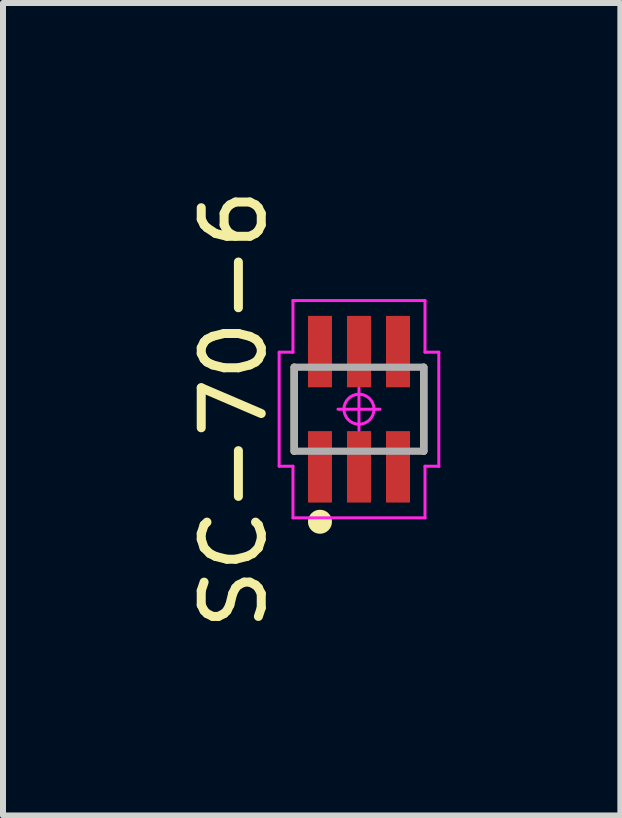
<source format=kicad_pcb>
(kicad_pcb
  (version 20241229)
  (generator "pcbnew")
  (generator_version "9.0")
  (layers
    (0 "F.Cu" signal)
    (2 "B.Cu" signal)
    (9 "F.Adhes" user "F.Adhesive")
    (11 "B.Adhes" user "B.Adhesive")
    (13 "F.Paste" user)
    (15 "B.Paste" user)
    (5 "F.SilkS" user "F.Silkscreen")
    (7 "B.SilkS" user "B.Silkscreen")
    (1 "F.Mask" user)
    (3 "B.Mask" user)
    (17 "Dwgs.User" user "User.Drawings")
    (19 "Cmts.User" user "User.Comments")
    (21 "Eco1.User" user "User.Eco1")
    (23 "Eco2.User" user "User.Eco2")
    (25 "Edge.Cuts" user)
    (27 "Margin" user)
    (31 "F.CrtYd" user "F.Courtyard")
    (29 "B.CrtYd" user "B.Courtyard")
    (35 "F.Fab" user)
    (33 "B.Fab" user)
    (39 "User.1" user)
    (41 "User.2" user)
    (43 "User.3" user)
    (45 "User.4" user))
  (footprint "SC-70-6"
    (layer "F.Cu")
    (at 2.931 3.768)
    (property "Reference" "SC-70-6" (at -2.083 0 90) (layer "F.SilkS") (effects (font (size 1 1) (thickness 0.15))))
    (attr through_hole)
    (fp_line (start -1.08 0.7) (end -1.08 -0.7) (stroke (width 0.12) (type solid)) (layer "F.SilkS"))
    (fp_line (start 1.08 -0.7) (end 1.08 0.7) (stroke (width 0.12) (type solid)) (layer "F.SilkS"))
    (fp_circle (center -0.65 1.875) (end -0.55 1.875) (stroke (width 0.2) (type solid)) (fill no) (layer "F.SilkS"))
    (fp_line (start -1.33 -0.95) (end -1.33 0.95) (stroke (width 0.05) (type solid)) (layer "F.CrtYd"))
    (fp_line (start -1.33 0.95) (end -1.1 0.95) (stroke (width 0.05) (type solid)) (layer "F.CrtYd"))
    (fp_line (start -1.1 -1.81) (end -1.1 -0.95) (stroke (width 0.05) (type solid)) (layer "F.CrtYd"))
    (fp_line (start -1.1 -0.95) (end -1.33 -0.95) (stroke (width 0.05) (type solid)) (layer "F.CrtYd"))
    (fp_line (start -1.1 0.95) (end -1.1 1.81) (stroke (width 0.05) (type solid)) (layer "F.CrtYd"))
    (fp_line (start -1.1 1.81) (end 1.1 1.81) (stroke (width 0.05) (type solid)) (layer "F.CrtYd"))
    (fp_line (start -0.35 0) (end 0.35 0) (stroke (width 0.05) (type solid)) (layer "F.CrtYd"))
    (fp_line (start 0 -0.35) (end 0 0.35) (stroke (width 0.05) (type solid)) (layer "F.CrtYd"))
    (fp_line (start 1.1 -1.81) (end -1.1 -1.81) (stroke (width 0.05) (type solid)) (layer "F.CrtYd"))
    (fp_line (start 1.1 -0.95) (end 1.1 -1.81) (stroke (width 0.05) (type solid)) (layer "F.CrtYd"))
    (fp_line (start 1.1 0.95) (end 1.33 0.95) (stroke (width 0.05) (type solid)) (layer "F.CrtYd"))
    (fp_line (start 1.1 1.81) (end 1.1 0.95) (stroke (width 0.05) (type solid)) (layer "F.CrtYd"))
    (fp_line (start 1.33 -0.95) (end 1.1 -0.95) (stroke (width 0.05) (type solid)) (layer "F.CrtYd"))
    (fp_line (start 1.33 0.95) (end 1.33 -0.95) (stroke (width 0.05) (type solid)) (layer "F.CrtYd"))
    (fp_circle (center 0 0) (end -0.25 0) (stroke (width 0.05) (type solid)) (fill no) (layer "F.CrtYd"))
    (fp_line (start -1.08 -0.7) (end 1.08 -0.7) (stroke (width 0.12) (type solid)) (layer "F.Fab"))
    (fp_line (start -1.08 0.7) (end -1.08 -0.7) (stroke (width 0.12) (type solid)) (layer "F.Fab"))
    (fp_line (start 1.08 -0.7) (end 1.08 0.7) (stroke (width 0.12) (type solid)) (layer "F.Fab"))
    (fp_line (start 1.08 0.7) (end -1.08 0.7) (stroke (width 0.12) (type solid)) (layer "F.Fab"))
    (pad "1" smd rect (at -0.65 0.96) (size 0.4 1.19) (layers "F.Cu" "F.Mask" "F.Paste"))
    (pad "2" smd rect (at 0 0.96) (size 0.4 1.19) (layers "F.Cu" "F.Mask" "F.Paste"))
    (pad "3" smd rect (at 0.65 0.96) (size 0.4 1.19) (layers "F.Cu" "F.Mask" "F.Paste"))
    (pad "4" smd rect (at 0.65 -0.96) (size 0.4 1.19) (layers "F.Cu" "F.Mask" "F.Paste"))
    (pad "5" smd rect (at 0 -0.96) (size 0.4 1.19) (layers "F.Cu" "F.Mask" "F.Paste"))
    (pad "6" smd rect (at -0.65 -0.96) (size 0.4 1.19) (layers "F.Cu" "F.Mask" "F.Paste")))
  (gr_rect
    (start -3 -3)
    (end 7.286 10.536)
    (stroke (width 0.1) (type default))
    (fill no)
    (layer "Edge.Cuts")))
</source>
